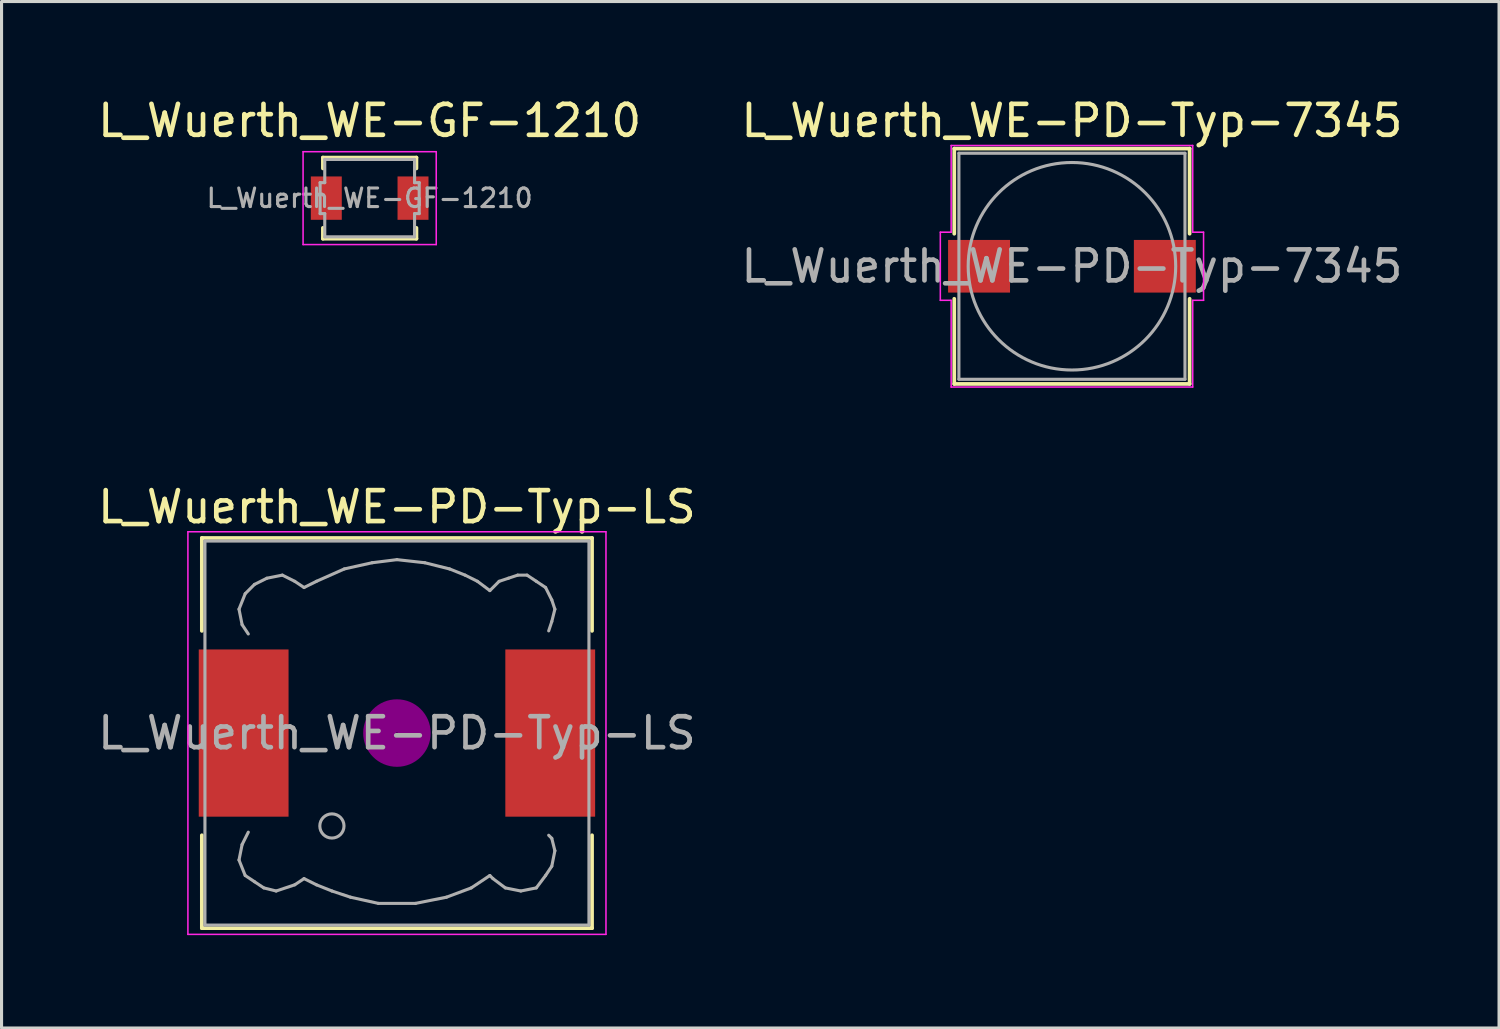
<source format=kicad_pcb>
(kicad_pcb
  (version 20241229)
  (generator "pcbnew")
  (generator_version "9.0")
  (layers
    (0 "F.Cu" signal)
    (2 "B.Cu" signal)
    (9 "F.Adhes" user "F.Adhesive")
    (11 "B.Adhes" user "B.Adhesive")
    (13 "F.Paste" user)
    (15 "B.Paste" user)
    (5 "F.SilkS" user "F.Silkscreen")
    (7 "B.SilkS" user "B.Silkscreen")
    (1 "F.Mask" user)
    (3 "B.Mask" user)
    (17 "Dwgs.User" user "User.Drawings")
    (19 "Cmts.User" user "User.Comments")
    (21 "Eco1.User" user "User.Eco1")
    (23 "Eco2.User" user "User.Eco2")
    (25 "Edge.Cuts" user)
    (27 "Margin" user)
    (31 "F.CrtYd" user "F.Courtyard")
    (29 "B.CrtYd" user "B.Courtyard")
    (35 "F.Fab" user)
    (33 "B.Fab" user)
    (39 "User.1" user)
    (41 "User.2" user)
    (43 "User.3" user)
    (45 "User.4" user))
  (footprint "L_Wuerth_WE-PD-Typ-7345"
    (layer "F.Cu")
    (at 31.565 5.548)
    (property "Reference" "L_Wuerth_WE-PD-Typ-7345" (at 0 -4.7 0) (layer "F.SilkS") (effects (font (size 1 1) (thickness 0.15))))
    (attr smd)
    (fp_line (start -3.8 -3.8) (end 3.8 -3.8) (stroke (width 0.12) (type solid)) (layer "F.SilkS"))
    (fp_line (start -3.8 -1.05) (end -3.8 -3.8) (stroke (width 0.12) (type solid)) (layer "F.SilkS"))
    (fp_line (start -3.8 3.8) (end -3.8 1.05) (stroke (width 0.12) (type solid)) (layer "F.SilkS"))
    (fp_line (start -3.8 3.8) (end 3.8 3.8) (stroke (width 0.12) (type solid)) (layer "F.SilkS"))
    (fp_line (start 3.8 -1.05) (end 3.8 -3.8) (stroke (width 0.12) (type solid)) (layer "F.SilkS"))
    (fp_line (start 3.8 3.8) (end 3.8 1.05) (stroke (width 0.12) (type solid)) (layer "F.SilkS"))
    (fp_line (start -4.25 -1.1) (end -3.9 -1.1) (stroke (width 0.05) (type solid)) (layer "F.CrtYd"))
    (fp_line (start -4.25 1.1) (end -4.25 -1.1) (stroke (width 0.05) (type solid)) (layer "F.CrtYd"))
    (fp_line (start -4.25 1.1) (end -3.9 1.1) (stroke (width 0.05) (type solid)) (layer "F.CrtYd"))
    (fp_line (start -3.9 -3.9) (end 3.9 -3.9) (stroke (width 0.05) (type solid)) (layer "F.CrtYd"))
    (fp_line (start -3.9 -1.1) (end -3.9 -3.9) (stroke (width 0.05) (type solid)) (layer "F.CrtYd"))
    (fp_line (start -3.9 3.9) (end -3.9 1.1) (stroke (width 0.05) (type solid)) (layer "F.CrtYd"))
    (fp_line (start 3.9 -1.1) (end 3.9 -3.9) (stroke (width 0.05) (type solid)) (layer "F.CrtYd"))
    (fp_line (start 3.9 -1.1) (end 4.25 -1.1) (stroke (width 0.05) (type solid)) (layer "F.CrtYd"))
    (fp_line (start 3.9 1.1) (end 4.25 1.1) (stroke (width 0.05) (type solid)) (layer "F.CrtYd"))
    (fp_line (start 3.9 3.9) (end -3.9 3.9) (stroke (width 0.05) (type solid)) (layer "F.CrtYd"))
    (fp_line (start 3.9 3.9) (end 3.9 1.1) (stroke (width 0.05) (type solid)) (layer "F.CrtYd"))
    (fp_line (start 4.25 1.1) (end 4.25 -1.1) (stroke (width 0.05) (type solid)) (layer "F.CrtYd"))
    (fp_line (start -3.65 -3.65) (end -3.65 3.65) (stroke (width 0.1) (type solid)) (layer "F.Fab"))
    (fp_line (start -3.65 3.65) (end 3.65 3.65) (stroke (width 0.1) (type solid)) (layer "F.Fab"))
    (fp_line (start 3.65 -3.65) (end -3.65 -3.65) (stroke (width 0.1) (type solid)) (layer "F.Fab"))
    (fp_line (start 3.65 3.65) (end 3.65 -3.65) (stroke (width 0.1) (type solid)) (layer "F.Fab"))
    (fp_circle (center 0 0) (end 3.35 -0.05) (stroke (width 0.1) (type solid)) (fill no) (layer "F.Fab"))
    (fp_text user "${REFERENCE}" (at 0 0 0) (layer "F.Fab") (effects (font (size 1 1) (thickness 0.15))))
    (pad "1" smd rect (at -3 0) (size 2 1.7) (layers "F.Cu" "F.Mask" "F.Paste"))
    (pad "2" smd rect (at 3 0) (size 2 1.7) (layers "F.Cu" "F.Mask" "F.Paste")))
  (footprint "L_Wuerth_WE-PD-Typ-LS"
    (layer "F.Cu")
    (at 9.768 20.622)
    (property "Reference" "L_Wuerth_WE-PD-Typ-LS" (at 0 -7.3 0) (layer "F.SilkS") (effects (font (size 1 1) (thickness 0.15))))
    (attr smd)
    (fp_line (start -6.3 -6.3) (end 6.3 -6.3) (stroke (width 0.12) (type solid)) (layer "F.SilkS"))
    (fp_line (start -6.3 -3.3) (end -6.3 -6.3) (stroke (width 0.12) (type solid)) (layer "F.SilkS"))
    (fp_line (start -6.3 6.3) (end -6.3 3.3) (stroke (width 0.12) (type solid)) (layer "F.SilkS"))
    (fp_line (start 6.3 -6.3) (end 6.3 -3.3) (stroke (width 0.12) (type solid)) (layer "F.SilkS"))
    (fp_line (start 6.3 3.3) (end 6.3 6.3) (stroke (width 0.12) (type solid)) (layer "F.SilkS"))
    (fp_line (start 6.3 6.3) (end -6.3 6.3) (stroke (width 0.12) (type solid)) (layer "F.SilkS"))
    (fp_circle (center 0 0) (end 0.15 0.15) (stroke (width 0.38) (type solid)) (fill no) (layer "F.Adhes"))
    (fp_circle (center 0 0) (end 0.55 0) (stroke (width 0.38) (type solid)) (fill no) (layer "F.Adhes"))
    (fp_circle (center 0 0) (end 0.9 0) (stroke (width 0.38) (type solid)) (fill no) (layer "F.Adhes"))
    (fp_line (start -6.75 -6.5) (end 6.75 -6.5) (stroke (width 0.05) (type solid)) (layer "F.CrtYd"))
    (fp_line (start -6.75 6.5) (end -6.75 -6.5) (stroke (width 0.05) (type solid)) (layer "F.CrtYd"))
    (fp_line (start 6.75 -6.5) (end 6.75 6.5) (stroke (width 0.05) (type solid)) (layer "F.CrtYd"))
    (fp_line (start 6.75 6.5) (end -6.75 6.5) (stroke (width 0.05) (type solid)) (layer "F.CrtYd"))
    (fp_line (start -6.2 -6.2) (end -6.2 6.2) (stroke (width 0.1) (type solid)) (layer "F.Fab"))
    (fp_line (start -6.2 6.2) (end 6.2 6.2) (stroke (width 0.1) (type solid)) (layer "F.Fab"))
    (fp_line (start -5.1 -4) (end -5 -3.5) (stroke (width 0.1) (type solid)) (layer "F.Fab"))
    (fp_line (start -5.1 4.1) (end -5 3.6) (stroke (width 0.1) (type solid)) (layer "F.Fab"))
    (fp_line (start -5 -3.5) (end -4.8 -3.2) (stroke (width 0.1) (type solid)) (layer "F.Fab"))
    (fp_line (start -5 3.6) (end -4.8 3.2) (stroke (width 0.1) (type solid)) (layer "F.Fab"))
    (fp_line (start -4.9 -4.5) (end -5.1 -4) (stroke (width 0.1) (type solid)) (layer "F.Fab"))
    (fp_line (start -4.9 4.6) (end -5.1 4.1) (stroke (width 0.1) (type solid)) (layer "F.Fab"))
    (fp_line (start -4.6 -4.8) (end -4.9 -4.5) (stroke (width 0.1) (type solid)) (layer "F.Fab"))
    (fp_line (start -4.6 4.8) (end -4.9 4.6) (stroke (width 0.1) (type solid)) (layer "F.Fab"))
    (fp_line (start -4.3 5) (end -4.6 4.8) (stroke (width 0.1) (type solid)) (layer "F.Fab"))
    (fp_line (start -4.2 -5) (end -4.6 -4.8) (stroke (width 0.1) (type solid)) (layer "F.Fab"))
    (fp_line (start -3.9 5.1) (end -4.3 5) (stroke (width 0.1) (type solid)) (layer "F.Fab"))
    (fp_line (start -3.7 -5.1) (end -4.2 -5) (stroke (width 0.1) (type solid)) (layer "F.Fab"))
    (fp_line (start -3.3 -4.9) (end -3.7 -5.1) (stroke (width 0.1) (type solid)) (layer "F.Fab"))
    (fp_line (start -3.3 4.9) (end -3.9 5.1) (stroke (width 0.1) (type solid)) (layer "F.Fab"))
    (fp_line (start -3 -4.7) (end -3.3 -4.9) (stroke (width 0.1) (type solid)) (layer "F.Fab"))
    (fp_line (start -3 4.7) (end -3.3 4.9) (stroke (width 0.1) (type solid)) (layer "F.Fab"))
    (fp_line (start -2.6 -4.9) (end -3 -4.7) (stroke (width 0.1) (type solid)) (layer "F.Fab"))
    (fp_line (start -2.6 4.9) (end -3 4.7) (stroke (width 0.1) (type solid)) (layer "F.Fab"))
    (fp_line (start -2.1 5.1) (end -2.6 4.9) (stroke (width 0.1) (type solid)) (layer "F.Fab"))
    (fp_line (start -1.7 -5.3) (end -2.6 -4.9) (stroke (width 0.1) (type solid)) (layer "F.Fab"))
    (fp_line (start -1.5 5.3) (end -2.1 5.1) (stroke (width 0.1) (type solid)) (layer "F.Fab"))
    (fp_line (start -0.8 -5.5) (end -1.7 -5.3) (stroke (width 0.1) (type solid)) (layer "F.Fab"))
    (fp_line (start -0.6 5.5) (end -1.5 5.3) (stroke (width 0.1) (type solid)) (layer "F.Fab"))
    (fp_line (start 0 -5.6) (end -0.8 -5.5) (stroke (width 0.1) (type solid)) (layer "F.Fab"))
    (fp_line (start 0.6 5.5) (end -0.6 5.5) (stroke (width 0.1) (type solid)) (layer "F.Fab"))
    (fp_line (start 0.9 -5.5) (end 0 -5.6) (stroke (width 0.1) (type solid)) (layer "F.Fab"))
    (fp_line (start 1.6 5.3) (end 0.6 5.5) (stroke (width 0.1) (type solid)) (layer "F.Fab"))
    (fp_line (start 1.7 -5.3) (end 0.9 -5.5) (stroke (width 0.1) (type solid)) (layer "F.Fab"))
    (fp_line (start 2.2 -5.1) (end 1.7 -5.3) (stroke (width 0.1) (type solid)) (layer "F.Fab"))
    (fp_line (start 2.4 5) (end 1.6 5.3) (stroke (width 0.1) (type solid)) (layer "F.Fab"))
    (fp_line (start 2.6 -4.9) (end 2.2 -5.1) (stroke (width 0.1) (type solid)) (layer "F.Fab"))
    (fp_line (start 3 -4.6) (end 2.6 -4.9) (stroke (width 0.1) (type solid)) (layer "F.Fab"))
    (fp_line (start 3 4.6) (end 2.4 5) (stroke (width 0.1) (type solid)) (layer "F.Fab"))
    (fp_line (start 3.1 4.7) (end 3 4.6) (stroke (width 0.1) (type solid)) (layer "F.Fab"))
    (fp_line (start 3.3 -4.9) (end 3 -4.6) (stroke (width 0.1) (type solid)) (layer "F.Fab"))
    (fp_line (start 3.5 5) (end 3.1 4.7) (stroke (width 0.1) (type solid)) (layer "F.Fab"))
    (fp_line (start 3.6 -5) (end 3.3 -4.9) (stroke (width 0.1) (type solid)) (layer "F.Fab"))
    (fp_line (start 3.9 -5.1) (end 3.6 -5) (stroke (width 0.1) (type solid)) (layer "F.Fab"))
    (fp_line (start 4 5.1) (end 3.5 5) (stroke (width 0.1) (type solid)) (layer "F.Fab"))
    (fp_line (start 4.2 -5.1) (end 3.9 -5.1) (stroke (width 0.1) (type solid)) (layer "F.Fab"))
    (fp_line (start 4.5 -4.9) (end 4.2 -5.1) (stroke (width 0.1) (type solid)) (layer "F.Fab"))
    (fp_line (start 4.5 5) (end 4 5.1) (stroke (width 0.1) (type solid)) (layer "F.Fab"))
    (fp_line (start 4.8 -4.7) (end 4.5 -4.9) (stroke (width 0.1) (type solid)) (layer "F.Fab"))
    (fp_line (start 4.8 4.6) (end 4.5 5) (stroke (width 0.1) (type solid)) (layer "F.Fab"))
    (fp_line (start 4.9 -3.3) (end 5 -3.6) (stroke (width 0.1) (type solid)) (layer "F.Fab"))
    (fp_line (start 4.9 3.3) (end 5 3.4) (stroke (width 0.1) (type solid)) (layer "F.Fab"))
    (fp_line (start 5 -4.3) (end 4.8 -4.7) (stroke (width 0.1) (type solid)) (layer "F.Fab"))
    (fp_line (start 5 -3.6) (end 5.1 -4) (stroke (width 0.1) (type solid)) (layer "F.Fab"))
    (fp_line (start 5 3.4) (end 5.1 3.8) (stroke (width 0.1) (type solid)) (layer "F.Fab"))
    (fp_line (start 5 4.3) (end 4.8 4.6) (stroke (width 0.1) (type solid)) (layer "F.Fab"))
    (fp_line (start 5.1 -4) (end 5 -4.3) (stroke (width 0.1) (type solid)) (layer "F.Fab"))
    (fp_line (start 5.1 3.8) (end 5 4.3) (stroke (width 0.1) (type solid)) (layer "F.Fab"))
    (fp_line (start 6.2 -6.2) (end -6.2 -6.2) (stroke (width 0.1) (type solid)) (layer "F.Fab"))
    (fp_line (start 6.2 6.2) (end 6.2 -6.2) (stroke (width 0.1) (type solid)) (layer "F.Fab"))
    (fp_circle (center -2.1 3) (end -1.8 3.25) (stroke (width 0.1) (type solid)) (fill no) (layer "F.Fab"))
    (fp_text user "${REFERENCE}" (at 0 0 0) (layer "F.Fab") (effects (font (size 1 1) (thickness 0.15))))
    (pad "1" smd rect (at -4.95 0) (size 2.9 5.4) (layers "F.Cu" "F.Mask" "F.Paste"))
    (pad "2" smd rect (at 4.95 0) (size 2.9 5.4) (layers "F.Cu" "F.Mask" "F.Paste")))
  (footprint "L_Wuerth_WE-GF-1210"
    (layer "F.Cu")
    (at 8.887 3.348)
    (property "Reference" "L_Wuerth_WE-GF-1210" (at 0 -2.5 0) (layer "F.SilkS") (effects (font (size 1 1) (thickness 0.15))))
    (attr smd)
    (fp_line (start -1.51 -1.31) (end -1.51 -0.96) (stroke (width 0.12) (type solid)) (layer "F.SilkS"))
    (fp_line (start -1.51 -1.31) (end 1.51 -1.31) (stroke (width 0.12) (type solid)) (layer "F.SilkS"))
    (fp_line (start -1.51 0.96) (end -1.51 1.31) (stroke (width 0.12) (type solid)) (layer "F.SilkS"))
    (fp_line (start -1.51 1.31) (end 1.51 1.31) (stroke (width 0.12) (type solid)) (layer "F.SilkS"))
    (fp_line (start 1.51 -1.31) (end 1.51 -0.96) (stroke (width 0.12) (type solid)) (layer "F.SilkS"))
    (fp_line (start 1.51 0.96) (end 1.51 1.31) (stroke (width 0.12) (type solid)) (layer "F.SilkS"))
    (fp_line (start -2.15 -1.5) (end -2.15 1.5) (stroke (width 0.05) (type solid)) (layer "F.CrtYd"))
    (fp_line (start -2.15 -1.5) (end 2.15 -1.5) (stroke (width 0.05) (type solid)) (layer "F.CrtYd"))
    (fp_line (start -2.15 1.5) (end 2.15 1.5) (stroke (width 0.05) (type solid)) (layer "F.CrtYd"))
    (fp_line (start 2.15 -1.5) (end 2.15 1.5) (stroke (width 0.05) (type solid)) (layer "F.CrtYd"))
    (fp_line (start -1.6 -0.5) (end -1.6 0.5) (stroke (width 0.1) (type solid)) (layer "F.Fab"))
    (fp_line (start -1.6 -0.5) (end -1.45 -0.5) (stroke (width 0.1) (type solid)) (layer "F.Fab"))
    (fp_line (start -1.45 -1.25) (end -1.45 -0.5) (stroke (width 0.1) (type solid)) (layer "F.Fab"))
    (fp_line (start -1.45 -1.25) (end 1.45 -1.25) (stroke (width 0.1) (type solid)) (layer "F.Fab"))
    (fp_line (start -1.45 0.5) (end -1.6 0.5) (stroke (width 0.1) (type solid)) (layer "F.Fab"))
    (fp_line (start -1.45 0.5) (end -1.45 1.25) (stroke (width 0.1) (type solid)) (layer "F.Fab"))
    (fp_line (start -1.45 1.25) (end 1.45 1.25) (stroke (width 0.1) (type solid)) (layer "F.Fab"))
    (fp_line (start 1.45 -1.25) (end 1.45 -0.5) (stroke (width 0.1) (type solid)) (layer "F.Fab"))
    (fp_line (start 1.45 -0.5) (end 1.6 -0.5) (stroke (width 0.1) (type solid)) (layer "F.Fab"))
    (fp_line (start 1.45 0.5) (end 1.45 1.25) (stroke (width 0.1) (type solid)) (layer "F.Fab"))
    (fp_line (start 1.6 -0.5) (end 1.6 0.5) (stroke (width 0.1) (type solid)) (layer "F.Fab"))
    (fp_line (start 1.6 0.5) (end 1.45 0.5) (stroke (width 0.1) (type solid)) (layer "F.Fab"))
    (fp_text user "${REFERENCE}" (at 0 0 0) (layer "F.Fab") (effects (font (size 0.6 0.6) (thickness 0.1))))
    (pad "1" smd rect (at -1.4 0) (size 1 1.4) (layers "F.Cu" "F.Mask" "F.Paste"))
    (pad "2" smd rect (at 1.4 0) (size 1 1.4) (layers "F.Cu" "F.Mask" "F.Paste")))
  (gr_rect
    (start -3 -3)
    (end 45.357 30.146)
    (stroke (width 0.1) (type default))
    (fill no)
    (layer "Edge.Cuts")))
</source>
